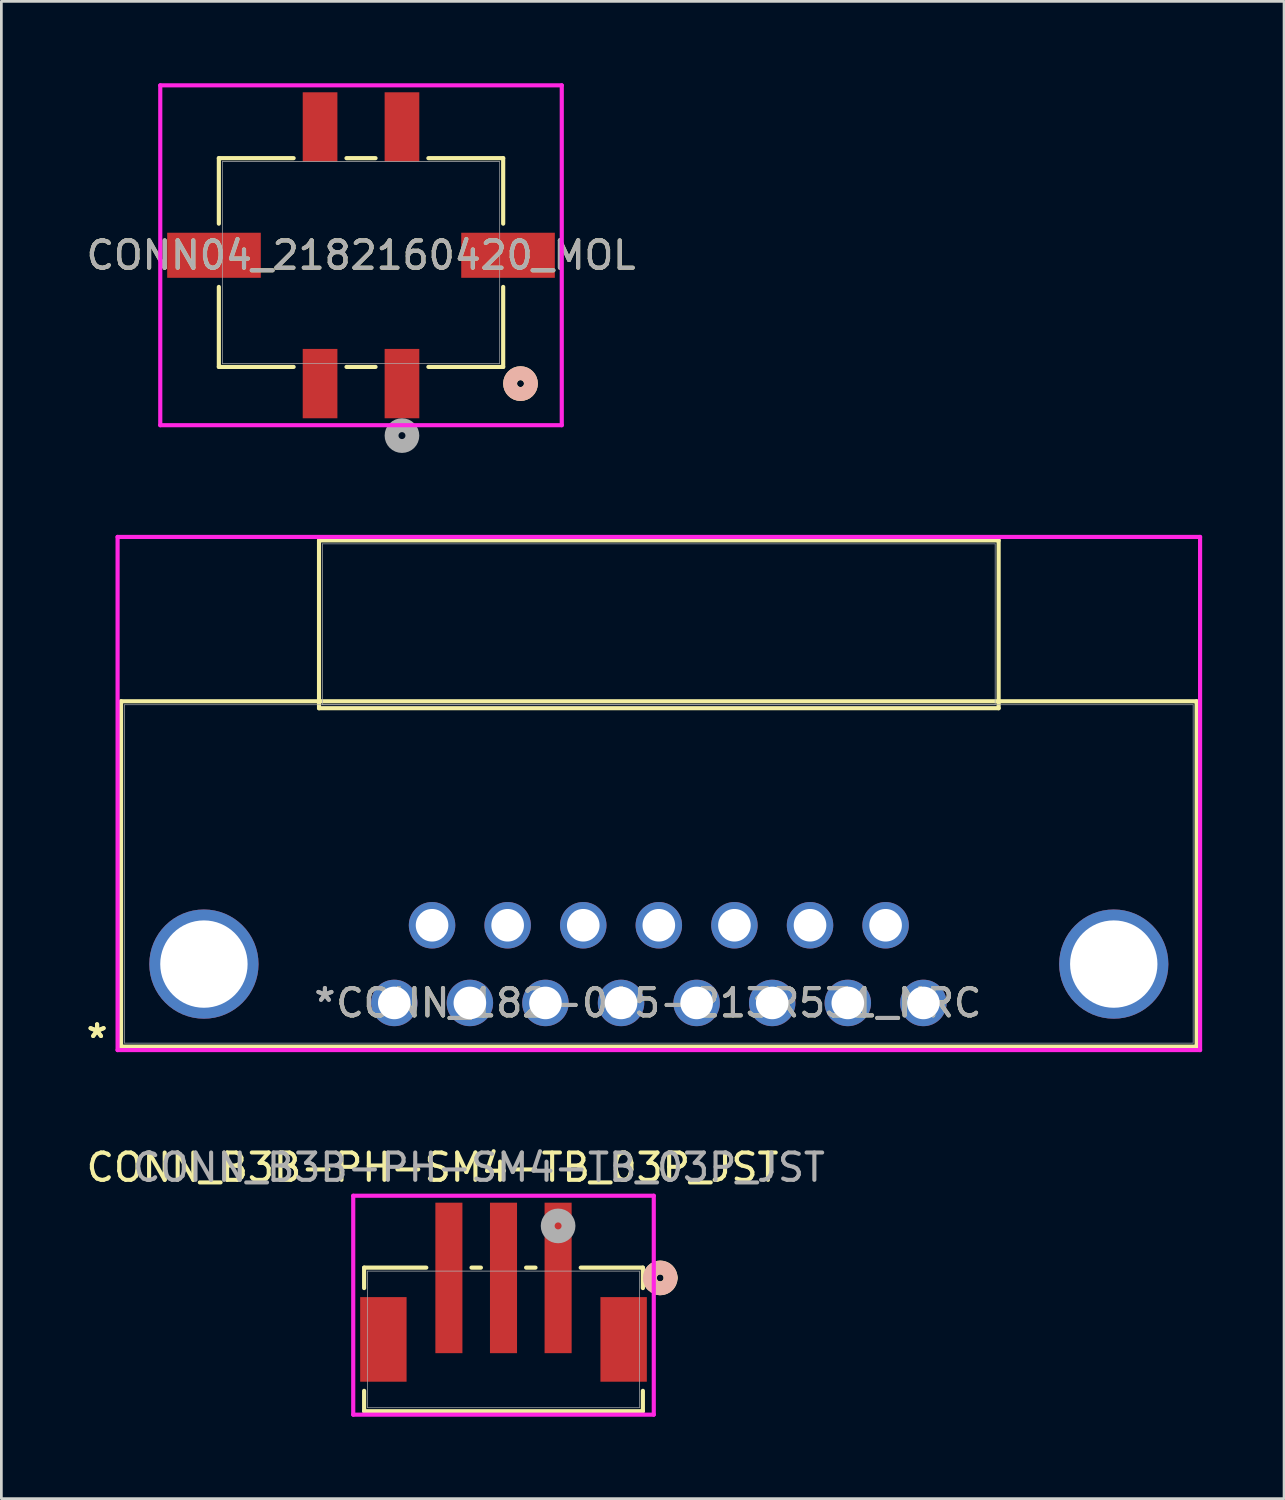
<source format=kicad_pcb>
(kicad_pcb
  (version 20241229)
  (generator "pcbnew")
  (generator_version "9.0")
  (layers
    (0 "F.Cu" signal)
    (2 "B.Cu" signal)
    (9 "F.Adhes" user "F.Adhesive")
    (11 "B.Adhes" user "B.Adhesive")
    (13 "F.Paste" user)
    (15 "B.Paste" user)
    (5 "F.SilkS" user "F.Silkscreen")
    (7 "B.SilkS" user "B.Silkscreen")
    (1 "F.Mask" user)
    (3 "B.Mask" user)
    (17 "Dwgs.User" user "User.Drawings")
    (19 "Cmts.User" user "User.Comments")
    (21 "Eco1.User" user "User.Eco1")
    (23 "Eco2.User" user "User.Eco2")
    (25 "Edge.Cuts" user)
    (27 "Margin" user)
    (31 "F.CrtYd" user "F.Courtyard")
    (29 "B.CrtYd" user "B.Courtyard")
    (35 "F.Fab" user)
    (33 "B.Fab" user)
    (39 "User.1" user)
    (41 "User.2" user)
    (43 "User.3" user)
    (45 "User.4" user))
  (footprint "CONN_B3B-PH-SM4-TB_03P_JST"
    (layer "F.Cu")
    (at 15.392 46.009)
    (property "Reference" "CONN_B3B-PH-SM4-TB_03P_JST" (at -2.6 -6.3 0) (unlocked yes) (layer "F.SilkS") (effects (font (size 1 1) (thickness 0.15))))
    (attr smd)
    (fp_line (start -5.105 -2.629) (end -5.105 -1.88) (stroke (width 0.152) (type solid)) (layer "F.SilkS"))
    (fp_line (start -5.105 1.884) (end -5.105 2.629) (stroke (width 0.152) (type solid)) (layer "F.SilkS"))
    (fp_line (start -5.105 2.629) (end 5.105 2.629) (stroke (width 0.152) (type solid)) (layer "F.SilkS"))
    (fp_line (start -2.828 -2.629) (end -5.105 -2.629) (stroke (width 0.152) (type solid)) (layer "F.SilkS"))
    (fp_line (start -0.828 -2.629) (end -1.172 -2.629) (stroke (width 0.152) (type solid)) (layer "F.SilkS"))
    (fp_line (start 1.172 -2.629) (end 0.828 -2.629) (stroke (width 0.152) (type solid)) (layer "F.SilkS"))
    (fp_line (start 5.105 -2.629) (end 2.828 -2.629) (stroke (width 0.152) (type solid)) (layer "F.SilkS"))
    (fp_line (start 5.105 -1.88) (end 5.105 -2.629) (stroke (width 0.152) (type solid)) (layer "F.SilkS"))
    (fp_line (start 5.105 2.629) (end 5.105 1.884) (stroke (width 0.152) (type solid)) (layer "F.SilkS"))
    (fp_arc (start 5.436012 -2.022815) (mid 5.619592 -2.613304) (end 6.1214 -2.251964) (stroke (width 0.508) (type solid)) (layer "F.SilkS"))
    (fp_arc (start 6.1214 -2.251964) (mid 5.967964 -1.94639) (end 5.631239 -1.886937) (stroke (width 0.508) (type solid)) (layer "F.SilkS"))
    (fp_circle (center 5.74 -2.252) (end 6.121 -2.252) (stroke (width 0.508) (type solid)) (fill no) (layer "B.SilkS"))
    (fp_line (start -5.504 -5.262) (end -5.504 2.756) (stroke (width 0.152) (type solid)) (layer "F.CrtYd"))
    (fp_line (start -5.504 2.756) (end 5.504 2.756) (stroke (width 0.152) (type solid)) (layer "F.CrtYd"))
    (fp_line (start 5.504 -5.262) (end -5.504 -5.262) (stroke (width 0.152) (type solid)) (layer "F.CrtYd"))
    (fp_line (start 5.504 2.756) (end 5.504 -5.262) (stroke (width 0.152) (type solid)) (layer "F.CrtYd"))
    (fp_line (start -4.978 -2.502) (end -4.978 2.502) (stroke (width 0.025) (type solid)) (layer "F.Fab"))
    (fp_line (start -4.978 2.502) (end 4.978 2.502) (stroke (width 0.025) (type solid)) (layer "F.Fab"))
    (fp_line (start 4.978 -2.502) (end -4.978 -2.502) (stroke (width 0.025) (type solid)) (layer "F.Fab"))
    (fp_line (start 4.978 2.502) (end 4.978 -2.502) (stroke (width 0.025) (type solid)) (layer "F.Fab"))
    (fp_circle (center 2 -4.157) (end 2.381 -4.157) (stroke (width 0.508) (type solid)) (fill no) (layer "F.Fab"))
    (fp_text user "${REFERENCE}" (at -0.9 -6.3 0) (unlocked yes) (layer "F.Fab") (effects (font (size 1 1) (thickness 0.15))))
    (pad "1" smd rect (at 2 -2.252) (size 0.991 5.512) (layers "F.Cu" "F.Mask" "F.Paste"))
    (pad "2" smd rect (at 0 -2.252) (size 0.991 5.512) (layers "F.Cu" "F.Mask" "F.Paste"))
    (pad "3" smd rect (at -2 -2.252) (size 0.991 5.512) (layers "F.Cu" "F.Mask" "F.Paste"))
    (pad "4" smd rect (at -4.4 0) (size 1.7 3.099) (layers "F.Cu" "F.Mask" "F.Paste"))
    (pad "5" smd rect (at 4.4 0) (size 1.7 3.099) (layers "F.Cu" "F.Mask" "F.Paste")))
  (footprint "CONN04_2182160420_MOL"
    (layer "F.Cu")
    (at 10.173 6.566)
    (property "Reference" "CONN04_2182160420_MOL" (at 0 -0.266 0) (unlocked yes) (layer "F.SilkS") (effects (font (size 1 1) (thickness 0.15))))
    (attr smd)
    (fp_line (start -5.207 -3.823) (end -5.207 -1.424) (stroke (width 0.152) (type solid)) (layer "F.SilkS"))
    (fp_line (start -5.207 0.893) (end -5.207 3.823) (stroke (width 0.152) (type solid)) (layer "F.SilkS"))
    (fp_line (start -5.207 3.823) (end -2.468 3.823) (stroke (width 0.152) (type solid)) (layer "F.SilkS"))
    (fp_line (start -2.468 -3.823) (end -5.207 -3.823) (stroke (width 0.152) (type solid)) (layer "F.SilkS"))
    (fp_line (start -0.532 3.823) (end 0.532 3.823) (stroke (width 0.152) (type solid)) (layer "F.SilkS"))
    (fp_line (start 0.532 -3.823) (end -0.532 -3.823) (stroke (width 0.152) (type solid)) (layer "F.SilkS"))
    (fp_line (start 2.468 3.823) (end 5.207 3.823) (stroke (width 0.152) (type solid)) (layer "F.SilkS"))
    (fp_line (start 5.207 -3.823) (end 2.468 -3.823) (stroke (width 0.152) (type solid)) (layer "F.SilkS"))
    (fp_line (start 5.207 -1.424) (end 5.207 -3.823) (stroke (width 0.152) (type solid)) (layer "F.SilkS"))
    (fp_line (start 5.207 3.823) (end 5.207 0.893) (stroke (width 0.152) (type solid)) (layer "F.SilkS"))
    (fp_circle (center 5.842 4.434) (end 6.223 4.434) (stroke (width 0.508) (type solid)) (fill no) (layer "F.SilkS"))
    (fp_circle (center 5.842 4.434) (end 6.223 4.434) (stroke (width 0.508) (type solid)) (fill no) (layer "B.SilkS"))
    (fp_line (start -7.353 -6.49) (end -7.353 5.958) (stroke (width 0.152) (type solid)) (layer "F.CrtYd"))
    (fp_line (start -7.353 5.958) (end 7.353 5.958) (stroke (width 0.152) (type solid)) (layer "F.CrtYd"))
    (fp_line (start 7.353 -6.49) (end -7.353 -6.49) (stroke (width 0.152) (type solid)) (layer "F.CrtYd"))
    (fp_line (start 7.353 5.958) (end 7.353 -6.49) (stroke (width 0.152) (type solid)) (layer "F.CrtYd"))
    (fp_line (start -5.08 -3.696) (end -5.08 3.696) (stroke (width 0.025) (type solid)) (layer "F.Fab"))
    (fp_line (start -5.08 3.696) (end 5.08 3.696) (stroke (width 0.025) (type solid)) (layer "F.Fab"))
    (fp_line (start 5.08 -3.696) (end -5.08 -3.696) (stroke (width 0.025) (type solid)) (layer "F.Fab"))
    (fp_line (start 5.08 3.696) (end 5.08 -3.696) (stroke (width 0.025) (type solid)) (layer "F.Fab"))
    (fp_circle (center 1.5 6.339) (end 1.881 6.339) (stroke (width 0.508) (type solid)) (fill no) (layer "F.Fab"))
    (fp_text user "${REFERENCE}" (at 0 -0.266 0) (unlocked yes) (layer "F.Fab") (effects (font (size 1 1) (thickness 0.15))))
    (pad "1" smd rect (at 1.5 4.434) (size 1.27 2.54) (layers "F.Cu" "F.Mask" "F.Paste"))
    (pad "2" smd rect (at -1.5 4.434) (size 1.27 2.54) (layers "F.Cu" "F.Mask" "F.Paste"))
    (pad "3" smd rect (at 1.5 -4.966) (size 1.27 2.54) (layers "F.Cu" "F.Mask" "F.Paste"))
    (pad "4" smd rect (at -1.5 -4.966) (size 1.27 2.54) (layers "F.Cu" "F.Mask" "F.Paste"))
    (pad "5" smd rect (at -5.385 -0.266) (size 3.429 1.651) (layers "F.Cu" "F.Mask" "F.Paste"))
    (pad "6" smd rect (at 5.385 -0.266) (size 3.429 1.651) (layers "F.Cu" "F.Mask" "F.Paste")))
  (footprint "CONN_182-015-213R531_NRC"
    (layer "F.Cu")
    (at 21.106 32.212)
    (property "Reference" "CONN_182-015-213R531_NRC" (at -0.025 1.473 0) (unlocked yes) (layer "F.SilkS") (effects (font (size 1 1) (thickness 0.15))))
    (attr through_hole)
    (fp_line (start -19.722 -9.576) (end -19.722 3.073) (stroke (width 0.152) (type solid)) (layer "F.SilkS"))
    (fp_line (start -19.722 3.073) (end 19.673 3.073) (stroke (width 0.152) (type solid)) (layer "F.SilkS"))
    (fp_line (start -12.471 -15.469) (end -12.471 -9.322) (stroke (width 0.152) (type solid)) (layer "F.SilkS"))
    (fp_line (start -12.471 -9.322) (end 12.421 -9.322) (stroke (width 0.152) (type solid)) (layer "F.SilkS"))
    (fp_line (start 12.421 -15.469) (end -12.471 -15.469) (stroke (width 0.152) (type solid)) (layer "F.SilkS"))
    (fp_line (start 12.421 -9.322) (end 12.421 -15.469) (stroke (width 0.152) (type solid)) (layer "F.SilkS"))
    (fp_line (start 19.673 -9.576) (end -19.722 -9.576) (stroke (width 0.152) (type solid)) (layer "F.SilkS"))
    (fp_line (start 19.673 3.073) (end 19.673 -9.576) (stroke (width 0.152) (type solid)) (layer "F.SilkS"))
    (fp_line (start -19.849 -15.596) (end -19.849 3.2) (stroke (width 0.152) (type solid)) (layer "F.CrtYd"))
    (fp_line (start -19.849 3.2) (end 19.8 3.2) (stroke (width 0.152) (type solid)) (layer "F.CrtYd"))
    (fp_line (start 19.8 -15.596) (end -19.849 -15.596) (stroke (width 0.152) (type solid)) (layer "F.CrtYd"))
    (fp_line (start 19.8 3.2) (end 19.8 -15.596) (stroke (width 0.152) (type solid)) (layer "F.CrtYd"))
    (fp_line (start -19.595 -9.449) (end -19.595 2.946) (stroke (width 0.025) (type solid)) (layer "F.Fab"))
    (fp_line (start -19.595 2.946) (end 19.546 2.946) (stroke (width 0.025) (type solid)) (layer "F.Fab"))
    (fp_line (start -12.344 -15.342) (end -12.344 -9.449) (stroke (width 0.025) (type solid)) (layer "F.Fab"))
    (fp_line (start -12.344 -9.449) (end 12.294 -9.449) (stroke (width 0.025) (type solid)) (layer "F.Fab"))
    (fp_line (start 12.294 -15.342) (end -12.344 -15.342) (stroke (width 0.025) (type solid)) (layer "F.Fab"))
    (fp_line (start 12.294 -9.449) (end 12.294 -15.342) (stroke (width 0.025) (type solid)) (layer "F.Fab"))
    (fp_line (start 19.546 -9.449) (end -19.595 -9.449) (stroke (width 0.025) (type solid)) (layer "F.Fab"))
    (fp_line (start 19.546 2.946) (end 19.546 -9.449) (stroke (width 0.025) (type solid)) (layer "F.Fab"))
    (fp_text user "*" (at -20.6 2.8 0) (layer "F.SilkS") (effects (font (size 1 1) (thickness 0.15))))
    (fp_text user "*" (at -20.6 2.8 0) (unlocked yes) (layer "F.SilkS") (effects (font (size 1 1) (thickness 0.15))))
    (fp_text user "*" (at -12.255 1.473 0) (layer "F.Fab") (effects (font (size 1 1) (thickness 0.15))))
    (fp_text user "${REFERENCE}" (at -0.025 1.473 0) (unlocked yes) (layer "F.Fab") (effects (font (size 1 1) (thickness 0.15))))
    (fp_text user "*" (at -12.255 1.473 0) (unlocked yes) (layer "F.Fab") (effects (font (size 1 1) (thickness 0.15))))
    (pad "1" thru_hole circle (at -9.715 1.473) (size 1.702 1.702) (drill 1.194) (layers "*.Cu" "*.Mask"))
    (pad "2" thru_hole circle (at -6.946 1.473) (size 1.702 1.702) (drill 1.194) (layers "*.Cu" "*.Mask"))
    (pad "3" thru_hole circle (at -4.178 1.473) (size 1.702 1.702) (drill 1.194) (layers "*.Cu" "*.Mask"))
    (pad "4" thru_hole circle (at -1.409 1.473) (size 1.702 1.702) (drill 1.194) (layers "*.Cu" "*.Mask"))
    (pad "5" thru_hole circle (at 1.36 1.473) (size 1.702 1.702) (drill 1.194) (layers "*.Cu" "*.Mask"))
    (pad "6" thru_hole circle (at 4.128 1.473) (size 1.702 1.702) (drill 1.194) (layers "*.Cu" "*.Mask"))
    (pad "7" thru_hole circle (at 6.897 1.473) (size 1.702 1.702) (drill 1.194) (layers "*.Cu" "*.Mask"))
    (pad "8" thru_hole circle (at 9.665 1.473) (size 1.702 1.702) (drill 1.194) (layers "*.Cu" "*.Mask"))
    (pad "9" thru_hole circle (at -8.331 -1.372) (size 1.702 1.702) (drill 1.194) (layers "*.Cu" "*.Mask"))
    (pad "10" thru_hole circle (at -5.562 -1.372) (size 1.702 1.702) (drill 1.194) (layers "*.Cu" "*.Mask"))
    (pad "11" thru_hole circle (at -2.793 -1.372) (size 1.702 1.702) (drill 1.194) (layers "*.Cu" "*.Mask"))
    (pad "12" thru_hole circle (at -0.025 -1.372) (size 1.702 1.702) (drill 1.194) (layers "*.Cu" "*.Mask"))
    (pad "13" thru_hole circle (at 2.744 -1.372) (size 1.702 1.702) (drill 1.194) (layers "*.Cu" "*.Mask"))
    (pad "14" thru_hole circle (at 5.513 -1.372) (size 1.702 1.702) (drill 1.194) (layers "*.Cu" "*.Mask"))
    (pad "15" thru_hole circle (at 8.281 -1.372) (size 1.702 1.702) (drill 1.194) (layers "*.Cu" "*.Mask"))
    (pad "16" thru_hole circle (at -16.687 0.05) (size 4 4) (drill 3.2) (layers "*.Cu" "*.Mask"))
    (pad "17" thru_hole circle (at 16.638 0.05) (size 4 4) (drill 3.2) (property pad_prop_mechanical) (layers "*.Cu" "*.Mask")))
  (gr_rect
    (start -3 -3)
    (end 43.982 51.841)
    (stroke (width 0.1) (type default))
    (fill no)
    (layer "Edge.Cuts")))
</source>
